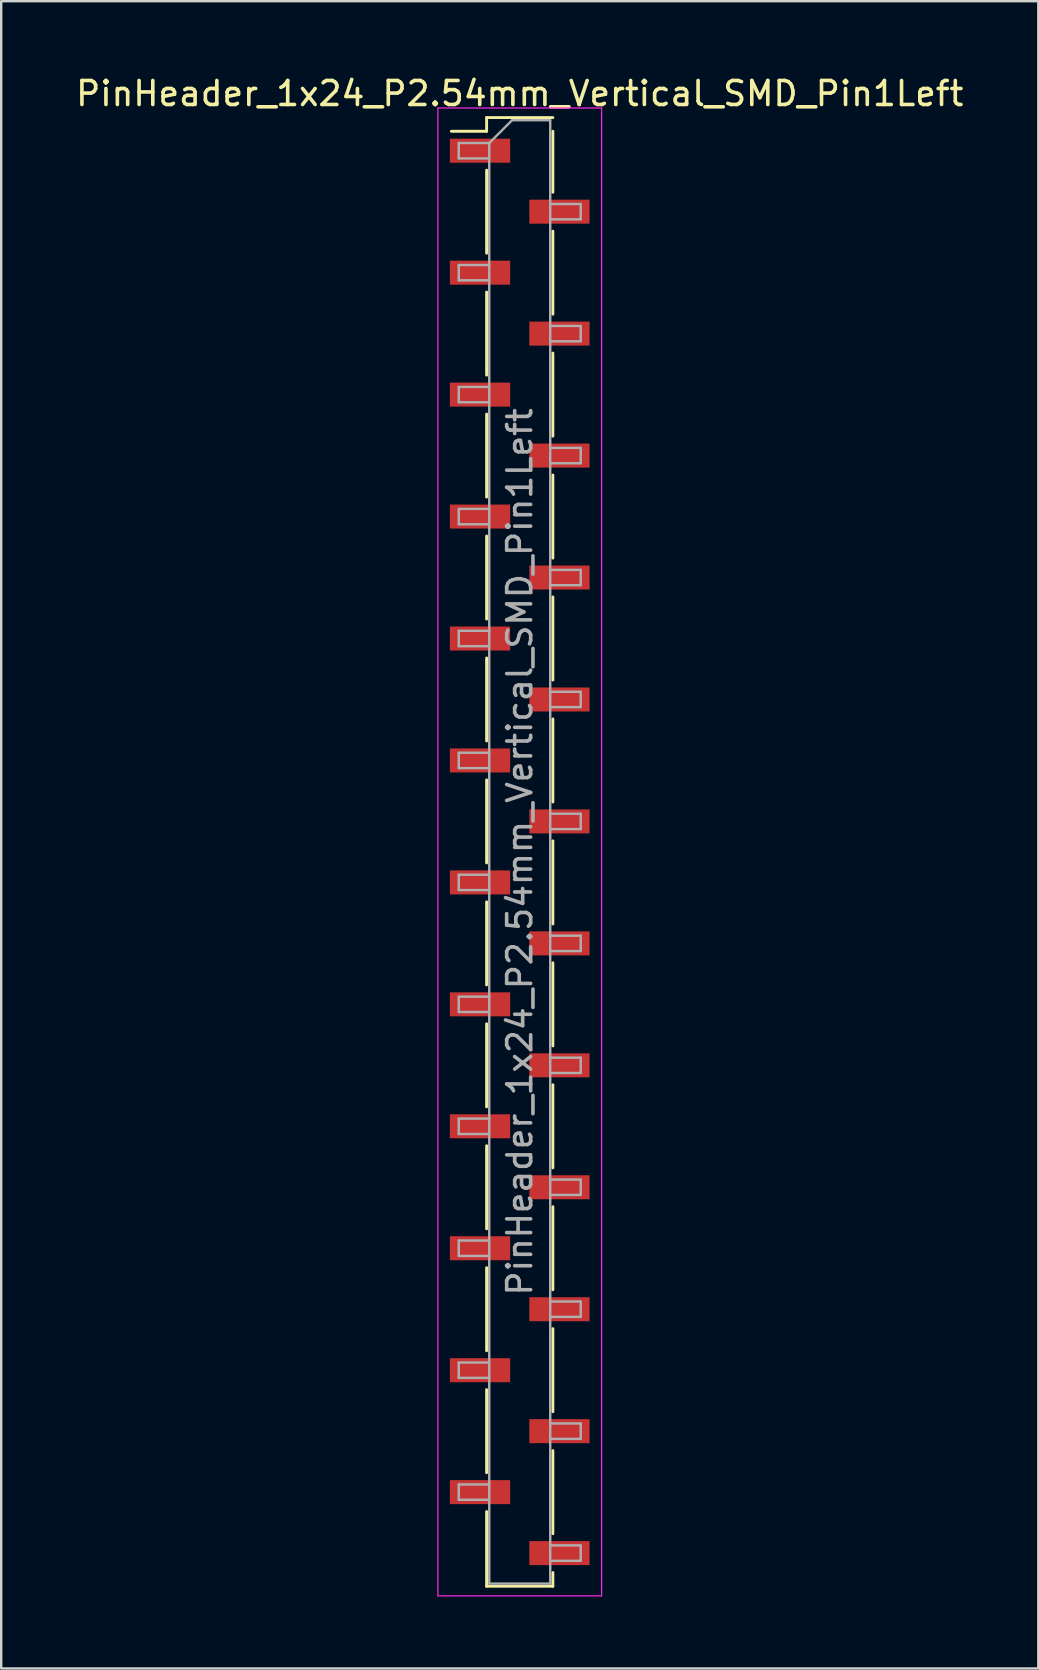
<source format=kicad_pcb>
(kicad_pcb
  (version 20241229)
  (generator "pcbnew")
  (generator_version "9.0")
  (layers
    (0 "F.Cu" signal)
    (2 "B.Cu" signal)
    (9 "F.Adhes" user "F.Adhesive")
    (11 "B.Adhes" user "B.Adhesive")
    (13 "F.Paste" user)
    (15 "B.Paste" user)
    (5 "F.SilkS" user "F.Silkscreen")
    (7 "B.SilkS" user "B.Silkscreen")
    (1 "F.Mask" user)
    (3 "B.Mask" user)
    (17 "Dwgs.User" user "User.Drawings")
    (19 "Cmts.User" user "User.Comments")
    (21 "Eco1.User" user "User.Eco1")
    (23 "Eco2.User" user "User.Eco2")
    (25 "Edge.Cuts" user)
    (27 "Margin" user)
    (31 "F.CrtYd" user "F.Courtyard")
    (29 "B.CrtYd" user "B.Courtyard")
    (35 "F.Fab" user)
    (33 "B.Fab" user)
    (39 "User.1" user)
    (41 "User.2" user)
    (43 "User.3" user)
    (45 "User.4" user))
  (footprint "PinHeader_1x24_P2.54mm_Vertical_SMD_Pin1Left"
    (layer "F.Cu")
    (at 18.601 32.438)
    (property "Reference" "PinHeader_1x24_P2.54mm_Vertical_SMD_Pin1Left" (at 0 -31.59 0) (layer "F.SilkS") (effects (font (size 1 1) (thickness 0.15))))
    (attr smd)
    (fp_line (start -1.38 -30.59) (end -1.38 -30.02) (stroke (width 0.12) (type solid)) (layer "F.SilkS"))
    (fp_line (start -1.38 -30.59) (end 1.38 -30.59) (stroke (width 0.12) (type solid)) (layer "F.SilkS"))
    (fp_line (start -1.38 -30.02) (end -2.85 -30.02) (stroke (width 0.12) (type solid)) (layer "F.SilkS"))
    (fp_line (start -1.38 -28.4) (end -1.38 -24.94) (stroke (width 0.12) (type solid)) (layer "F.SilkS"))
    (fp_line (start -1.38 -23.32) (end -1.38 -19.86) (stroke (width 0.12) (type solid)) (layer "F.SilkS"))
    (fp_line (start -1.38 -18.24) (end -1.38 -14.78) (stroke (width 0.12) (type solid)) (layer "F.SilkS"))
    (fp_line (start -1.38 -13.16) (end -1.38 -9.7) (stroke (width 0.12) (type solid)) (layer "F.SilkS"))
    (fp_line (start -1.38 -8.08) (end -1.38 -4.62) (stroke (width 0.12) (type solid)) (layer "F.SilkS"))
    (fp_line (start -1.38 -3) (end -1.38 0.46) (stroke (width 0.12) (type solid)) (layer "F.SilkS"))
    (fp_line (start -1.38 2.08) (end -1.38 5.54) (stroke (width 0.12) (type solid)) (layer "F.SilkS"))
    (fp_line (start -1.38 7.16) (end -1.38 10.62) (stroke (width 0.12) (type solid)) (layer "F.SilkS"))
    (fp_line (start -1.38 12.24) (end -1.38 15.7) (stroke (width 0.12) (type solid)) (layer "F.SilkS"))
    (fp_line (start -1.38 17.32) (end -1.38 20.78) (stroke (width 0.12) (type solid)) (layer "F.SilkS"))
    (fp_line (start -1.38 22.4) (end -1.38 25.86) (stroke (width 0.12) (type solid)) (layer "F.SilkS"))
    (fp_line (start -1.38 27.48) (end -1.38 30.59) (stroke (width 0.12) (type solid)) (layer "F.SilkS"))
    (fp_line (start -1.38 30.59) (end 1.38 30.59) (stroke (width 0.12) (type solid)) (layer "F.SilkS"))
    (fp_line (start 1.38 -30.02) (end 1.38 -27.48) (stroke (width 0.12) (type solid)) (layer "F.SilkS"))
    (fp_line (start 1.38 -25.86) (end 1.38 -22.4) (stroke (width 0.12) (type solid)) (layer "F.SilkS"))
    (fp_line (start 1.38 -20.78) (end 1.38 -17.32) (stroke (width 0.12) (type solid)) (layer "F.SilkS"))
    (fp_line (start 1.38 -15.7) (end 1.38 -12.24) (stroke (width 0.12) (type solid)) (layer "F.SilkS"))
    (fp_line (start 1.38 -10.62) (end 1.38 -7.16) (stroke (width 0.12) (type solid)) (layer "F.SilkS"))
    (fp_line (start 1.38 -5.54) (end 1.38 -2.08) (stroke (width 0.12) (type solid)) (layer "F.SilkS"))
    (fp_line (start 1.38 -0.46) (end 1.38 3) (stroke (width 0.12) (type solid)) (layer "F.SilkS"))
    (fp_line (start 1.38 4.62) (end 1.38 8.08) (stroke (width 0.12) (type solid)) (layer "F.SilkS"))
    (fp_line (start 1.38 9.7) (end 1.38 13.16) (stroke (width 0.12) (type solid)) (layer "F.SilkS"))
    (fp_line (start 1.38 14.78) (end 1.38 18.24) (stroke (width 0.12) (type solid)) (layer "F.SilkS"))
    (fp_line (start 1.38 19.86) (end 1.38 23.32) (stroke (width 0.12) (type solid)) (layer "F.SilkS"))
    (fp_line (start 1.38 24.94) (end 1.38 28.4) (stroke (width 0.12) (type solid)) (layer "F.SilkS"))
    (fp_line (start 1.38 30.02) (end 1.38 30.59) (stroke (width 0.12) (type solid)) (layer "F.SilkS"))
    (fp_line (start -3.41 -30.99) (end -3.41 30.99) (stroke (width 0.05) (type solid)) (layer "F.CrtYd"))
    (fp_line (start -3.41 30.99) (end 3.41 30.99) (stroke (width 0.05) (type solid)) (layer "F.CrtYd"))
    (fp_line (start 3.41 -30.99) (end -3.41 -30.99) (stroke (width 0.05) (type solid)) (layer "F.CrtYd"))
    (fp_line (start 3.41 30.99) (end 3.41 -30.99) (stroke (width 0.05) (type solid)) (layer "F.CrtYd"))
    (fp_line (start -2.54 -29.53) (end -2.54 -28.89) (stroke (width 0.1) (type solid)) (layer "F.Fab"))
    (fp_line (start -2.54 -28.89) (end -1.27 -28.89) (stroke (width 0.1) (type solid)) (layer "F.Fab"))
    (fp_line (start -2.54 -24.45) (end -2.54 -23.81) (stroke (width 0.1) (type solid)) (layer "F.Fab"))
    (fp_line (start -2.54 -23.81) (end -1.27 -23.81) (stroke (width 0.1) (type solid)) (layer "F.Fab"))
    (fp_line (start -2.54 -19.37) (end -2.54 -18.73) (stroke (width 0.1) (type solid)) (layer "F.Fab"))
    (fp_line (start -2.54 -18.73) (end -1.27 -18.73) (stroke (width 0.1) (type solid)) (layer "F.Fab"))
    (fp_line (start -2.54 -14.29) (end -2.54 -13.65) (stroke (width 0.1) (type solid)) (layer "F.Fab"))
    (fp_line (start -2.54 -13.65) (end -1.27 -13.65) (stroke (width 0.1) (type solid)) (layer "F.Fab"))
    (fp_line (start -2.54 -9.21) (end -2.54 -8.57) (stroke (width 0.1) (type solid)) (layer "F.Fab"))
    (fp_line (start -2.54 -8.57) (end -1.27 -8.57) (stroke (width 0.1) (type solid)) (layer "F.Fab"))
    (fp_line (start -2.54 -4.13) (end -2.54 -3.49) (stroke (width 0.1) (type solid)) (layer "F.Fab"))
    (fp_line (start -2.54 -3.49) (end -1.27 -3.49) (stroke (width 0.1) (type solid)) (layer "F.Fab"))
    (fp_line (start -2.54 0.95) (end -2.54 1.59) (stroke (width 0.1) (type solid)) (layer "F.Fab"))
    (fp_line (start -2.54 1.59) (end -1.27 1.59) (stroke (width 0.1) (type solid)) (layer "F.Fab"))
    (fp_line (start -2.54 6.03) (end -2.54 6.67) (stroke (width 0.1) (type solid)) (layer "F.Fab"))
    (fp_line (start -2.54 6.67) (end -1.27 6.67) (stroke (width 0.1) (type solid)) (layer "F.Fab"))
    (fp_line (start -2.54 11.11) (end -2.54 11.75) (stroke (width 0.1) (type solid)) (layer "F.Fab"))
    (fp_line (start -2.54 11.75) (end -1.27 11.75) (stroke (width 0.1) (type solid)) (layer "F.Fab"))
    (fp_line (start -2.54 16.19) (end -2.54 16.83) (stroke (width 0.1) (type solid)) (layer "F.Fab"))
    (fp_line (start -2.54 16.83) (end -1.27 16.83) (stroke (width 0.1) (type solid)) (layer "F.Fab"))
    (fp_line (start -2.54 21.27) (end -2.54 21.91) (stroke (width 0.1) (type solid)) (layer "F.Fab"))
    (fp_line (start -2.54 21.91) (end -1.27 21.91) (stroke (width 0.1) (type solid)) (layer "F.Fab"))
    (fp_line (start -2.54 26.35) (end -2.54 26.99) (stroke (width 0.1) (type solid)) (layer "F.Fab"))
    (fp_line (start -2.54 26.99) (end -1.27 26.99) (stroke (width 0.1) (type solid)) (layer "F.Fab"))
    (fp_line (start -1.27 -29.53) (end -2.54 -29.53) (stroke (width 0.1) (type solid)) (layer "F.Fab"))
    (fp_line (start -1.27 -29.53) (end -0.32 -30.48) (stroke (width 0.1) (type solid)) (layer "F.Fab"))
    (fp_line (start -1.27 -24.45) (end -2.54 -24.45) (stroke (width 0.1) (type solid)) (layer "F.Fab"))
    (fp_line (start -1.27 -19.37) (end -2.54 -19.37) (stroke (width 0.1) (type solid)) (layer "F.Fab"))
    (fp_line (start -1.27 -14.29) (end -2.54 -14.29) (stroke (width 0.1) (type solid)) (layer "F.Fab"))
    (fp_line (start -1.27 -9.21) (end -2.54 -9.21) (stroke (width 0.1) (type solid)) (layer "F.Fab"))
    (fp_line (start -1.27 -4.13) (end -2.54 -4.13) (stroke (width 0.1) (type solid)) (layer "F.Fab"))
    (fp_line (start -1.27 0.95) (end -2.54 0.95) (stroke (width 0.1) (type solid)) (layer "F.Fab"))
    (fp_line (start -1.27 6.03) (end -2.54 6.03) (stroke (width 0.1) (type solid)) (layer "F.Fab"))
    (fp_line (start -1.27 11.11) (end -2.54 11.11) (stroke (width 0.1) (type solid)) (layer "F.Fab"))
    (fp_line (start -1.27 16.19) (end -2.54 16.19) (stroke (width 0.1) (type solid)) (layer "F.Fab"))
    (fp_line (start -1.27 21.27) (end -2.54 21.27) (stroke (width 0.1) (type solid)) (layer "F.Fab"))
    (fp_line (start -1.27 26.35) (end -2.54 26.35) (stroke (width 0.1) (type solid)) (layer "F.Fab"))
    (fp_line (start -1.27 30.48) (end -1.27 -29.53) (stroke (width 0.1) (type solid)) (layer "F.Fab"))
    (fp_line (start -0.32 -30.48) (end 1.27 -30.48) (stroke (width 0.1) (type solid)) (layer "F.Fab"))
    (fp_line (start 1.27 -30.48) (end 1.27 30.48) (stroke (width 0.1) (type solid)) (layer "F.Fab"))
    (fp_line (start 1.27 -26.99) (end 2.54 -26.99) (stroke (width 0.1) (type solid)) (layer "F.Fab"))
    (fp_line (start 1.27 -21.91) (end 2.54 -21.91) (stroke (width 0.1) (type solid)) (layer "F.Fab"))
    (fp_line (start 1.27 -16.83) (end 2.54 -16.83) (stroke (width 0.1) (type solid)) (layer "F.Fab"))
    (fp_line (start 1.27 -11.75) (end 2.54 -11.75) (stroke (width 0.1) (type solid)) (layer "F.Fab"))
    (fp_line (start 1.27 -6.67) (end 2.54 -6.67) (stroke (width 0.1) (type solid)) (layer "F.Fab"))
    (fp_line (start 1.27 -1.59) (end 2.54 -1.59) (stroke (width 0.1) (type solid)) (layer "F.Fab"))
    (fp_line (start 1.27 3.49) (end 2.54 3.49) (stroke (width 0.1) (type solid)) (layer "F.Fab"))
    (fp_line (start 1.27 8.57) (end 2.54 8.57) (stroke (width 0.1) (type solid)) (layer "F.Fab"))
    (fp_line (start 1.27 13.65) (end 2.54 13.65) (stroke (width 0.1) (type solid)) (layer "F.Fab"))
    (fp_line (start 1.27 18.73) (end 2.54 18.73) (stroke (width 0.1) (type solid)) (layer "F.Fab"))
    (fp_line (start 1.27 23.81) (end 2.54 23.81) (stroke (width 0.1) (type solid)) (layer "F.Fab"))
    (fp_line (start 1.27 28.89) (end 2.54 28.89) (stroke (width 0.1) (type solid)) (layer "F.Fab"))
    (fp_line (start 1.27 30.48) (end -1.27 30.48) (stroke (width 0.1) (type solid)) (layer "F.Fab"))
    (fp_line (start 2.54 -26.99) (end 2.54 -26.35) (stroke (width 0.1) (type solid)) (layer "F.Fab"))
    (fp_line (start 2.54 -26.35) (end 1.27 -26.35) (stroke (width 0.1) (type solid)) (layer "F.Fab"))
    (fp_line (start 2.54 -21.91) (end 2.54 -21.27) (stroke (width 0.1) (type solid)) (layer "F.Fab"))
    (fp_line (start 2.54 -21.27) (end 1.27 -21.27) (stroke (width 0.1) (type solid)) (layer "F.Fab"))
    (fp_line (start 2.54 -16.83) (end 2.54 -16.19) (stroke (width 0.1) (type solid)) (layer "F.Fab"))
    (fp_line (start 2.54 -16.19) (end 1.27 -16.19) (stroke (width 0.1) (type solid)) (layer "F.Fab"))
    (fp_line (start 2.54 -11.75) (end 2.54 -11.11) (stroke (width 0.1) (type solid)) (layer "F.Fab"))
    (fp_line (start 2.54 -11.11) (end 1.27 -11.11) (stroke (width 0.1) (type solid)) (layer "F.Fab"))
    (fp_line (start 2.54 -6.67) (end 2.54 -6.03) (stroke (width 0.1) (type solid)) (layer "F.Fab"))
    (fp_line (start 2.54 -6.03) (end 1.27 -6.03) (stroke (width 0.1) (type solid)) (layer "F.Fab"))
    (fp_line (start 2.54 -1.59) (end 2.54 -0.95) (stroke (width 0.1) (type solid)) (layer "F.Fab"))
    (fp_line (start 2.54 -0.95) (end 1.27 -0.95) (stroke (width 0.1) (type solid)) (layer "F.Fab"))
    (fp_line (start 2.54 3.49) (end 2.54 4.13) (stroke (width 0.1) (type solid)) (layer "F.Fab"))
    (fp_line (start 2.54 4.13) (end 1.27 4.13) (stroke (width 0.1) (type solid)) (layer "F.Fab"))
    (fp_line (start 2.54 8.57) (end 2.54 9.21) (stroke (width 0.1) (type solid)) (layer "F.Fab"))
    (fp_line (start 2.54 9.21) (end 1.27 9.21) (stroke (width 0.1) (type solid)) (layer "F.Fab"))
    (fp_line (start 2.54 13.65) (end 2.54 14.29) (stroke (width 0.1) (type solid)) (layer "F.Fab"))
    (fp_line (start 2.54 14.29) (end 1.27 14.29) (stroke (width 0.1) (type solid)) (layer "F.Fab"))
    (fp_line (start 2.54 18.73) (end 2.54 19.37) (stroke (width 0.1) (type solid)) (layer "F.Fab"))
    (fp_line (start 2.54 19.37) (end 1.27 19.37) (stroke (width 0.1) (type solid)) (layer "F.Fab"))
    (fp_line (start 2.54 23.81) (end 2.54 24.45) (stroke (width 0.1) (type solid)) (layer "F.Fab"))
    (fp_line (start 2.54 24.45) (end 1.27 24.45) (stroke (width 0.1) (type solid)) (layer "F.Fab"))
    (fp_line (start 2.54 28.89) (end 2.54 29.53) (stroke (width 0.1) (type solid)) (layer "F.Fab"))
    (fp_line (start 2.54 29.53) (end 1.27 29.53) (stroke (width 0.1) (type solid)) (layer "F.Fab"))
    (fp_text user "${REFERENCE}" (at 0 0 90) (layer "F.Fab") (effects (font (size 1 1) (thickness 0.15))))
    (pad "1" smd rect (at -1.655 -29.21) (size 2.51 1) (layers "F.Cu" "F.Mask" "F.Paste"))
    (pad "2" smd rect (at 1.655 -26.67) (size 2.51 1) (layers "F.Cu" "F.Mask" "F.Paste"))
    (pad "3" smd rect (at -1.655 -24.13) (size 2.51 1) (layers "F.Cu" "F.Mask" "F.Paste"))
    (pad "4" smd rect (at 1.655 -21.59) (size 2.51 1) (layers "F.Cu" "F.Mask" "F.Paste"))
    (pad "5" smd rect (at -1.655 -19.05) (size 2.51 1) (layers "F.Cu" "F.Mask" "F.Paste"))
    (pad "6" smd rect (at 1.655 -16.51) (size 2.51 1) (layers "F.Cu" "F.Mask" "F.Paste"))
    (pad "7" smd rect (at -1.655 -13.97) (size 2.51 1) (layers "F.Cu" "F.Mask" "F.Paste"))
    (pad "8" smd rect (at 1.655 -11.43) (size 2.51 1) (layers "F.Cu" "F.Mask" "F.Paste"))
    (pad "9" smd rect (at -1.655 -8.89) (size 2.51 1) (layers "F.Cu" "F.Mask" "F.Paste"))
    (pad "10" smd rect (at 1.655 -6.35) (size 2.51 1) (layers "F.Cu" "F.Mask" "F.Paste"))
    (pad "11" smd rect (at -1.655 -3.81) (size 2.51 1) (layers "F.Cu" "F.Mask" "F.Paste"))
    (pad "12" smd rect (at 1.655 -1.27) (size 2.51 1) (layers "F.Cu" "F.Mask" "F.Paste"))
    (pad "13" smd rect (at -1.655 1.27) (size 2.51 1) (layers "F.Cu" "F.Mask" "F.Paste"))
    (pad "14" smd rect (at 1.655 3.81) (size 2.51 1) (layers "F.Cu" "F.Mask" "F.Paste"))
    (pad "15" smd rect (at -1.655 6.35) (size 2.51 1) (layers "F.Cu" "F.Mask" "F.Paste"))
    (pad "16" smd rect (at 1.655 8.89) (size 2.51 1) (layers "F.Cu" "F.Mask" "F.Paste"))
    (pad "17" smd rect (at -1.655 11.43) (size 2.51 1) (layers "F.Cu" "F.Mask" "F.Paste"))
    (pad "18" smd rect (at 1.655 13.97) (size 2.51 1) (layers "F.Cu" "F.Mask" "F.Paste"))
    (pad "19" smd rect (at -1.655 16.51) (size 2.51 1) (layers "F.Cu" "F.Mask" "F.Paste"))
    (pad "20" smd rect (at 1.655 19.05) (size 2.51 1) (layers "F.Cu" "F.Mask" "F.Paste"))
    (pad "21" smd rect (at -1.655 21.59) (size 2.51 1) (layers "F.Cu" "F.Mask" "F.Paste"))
    (pad "22" smd rect (at 1.655 24.13) (size 2.51 1) (layers "F.Cu" "F.Mask" "F.Paste"))
    (pad "23" smd rect (at -1.655 26.67) (size 2.51 1) (layers "F.Cu" "F.Mask" "F.Paste"))
    (pad "24" smd rect (at 1.655 29.21) (size 2.51 1) (layers "F.Cu" "F.Mask" "F.Paste")))
  (gr_rect
    (start -3 -3)
    (end 40.202 66.453)
    (stroke (width 0.1) (type default))
    (fill no)
    (layer "Edge.Cuts")))
</source>
